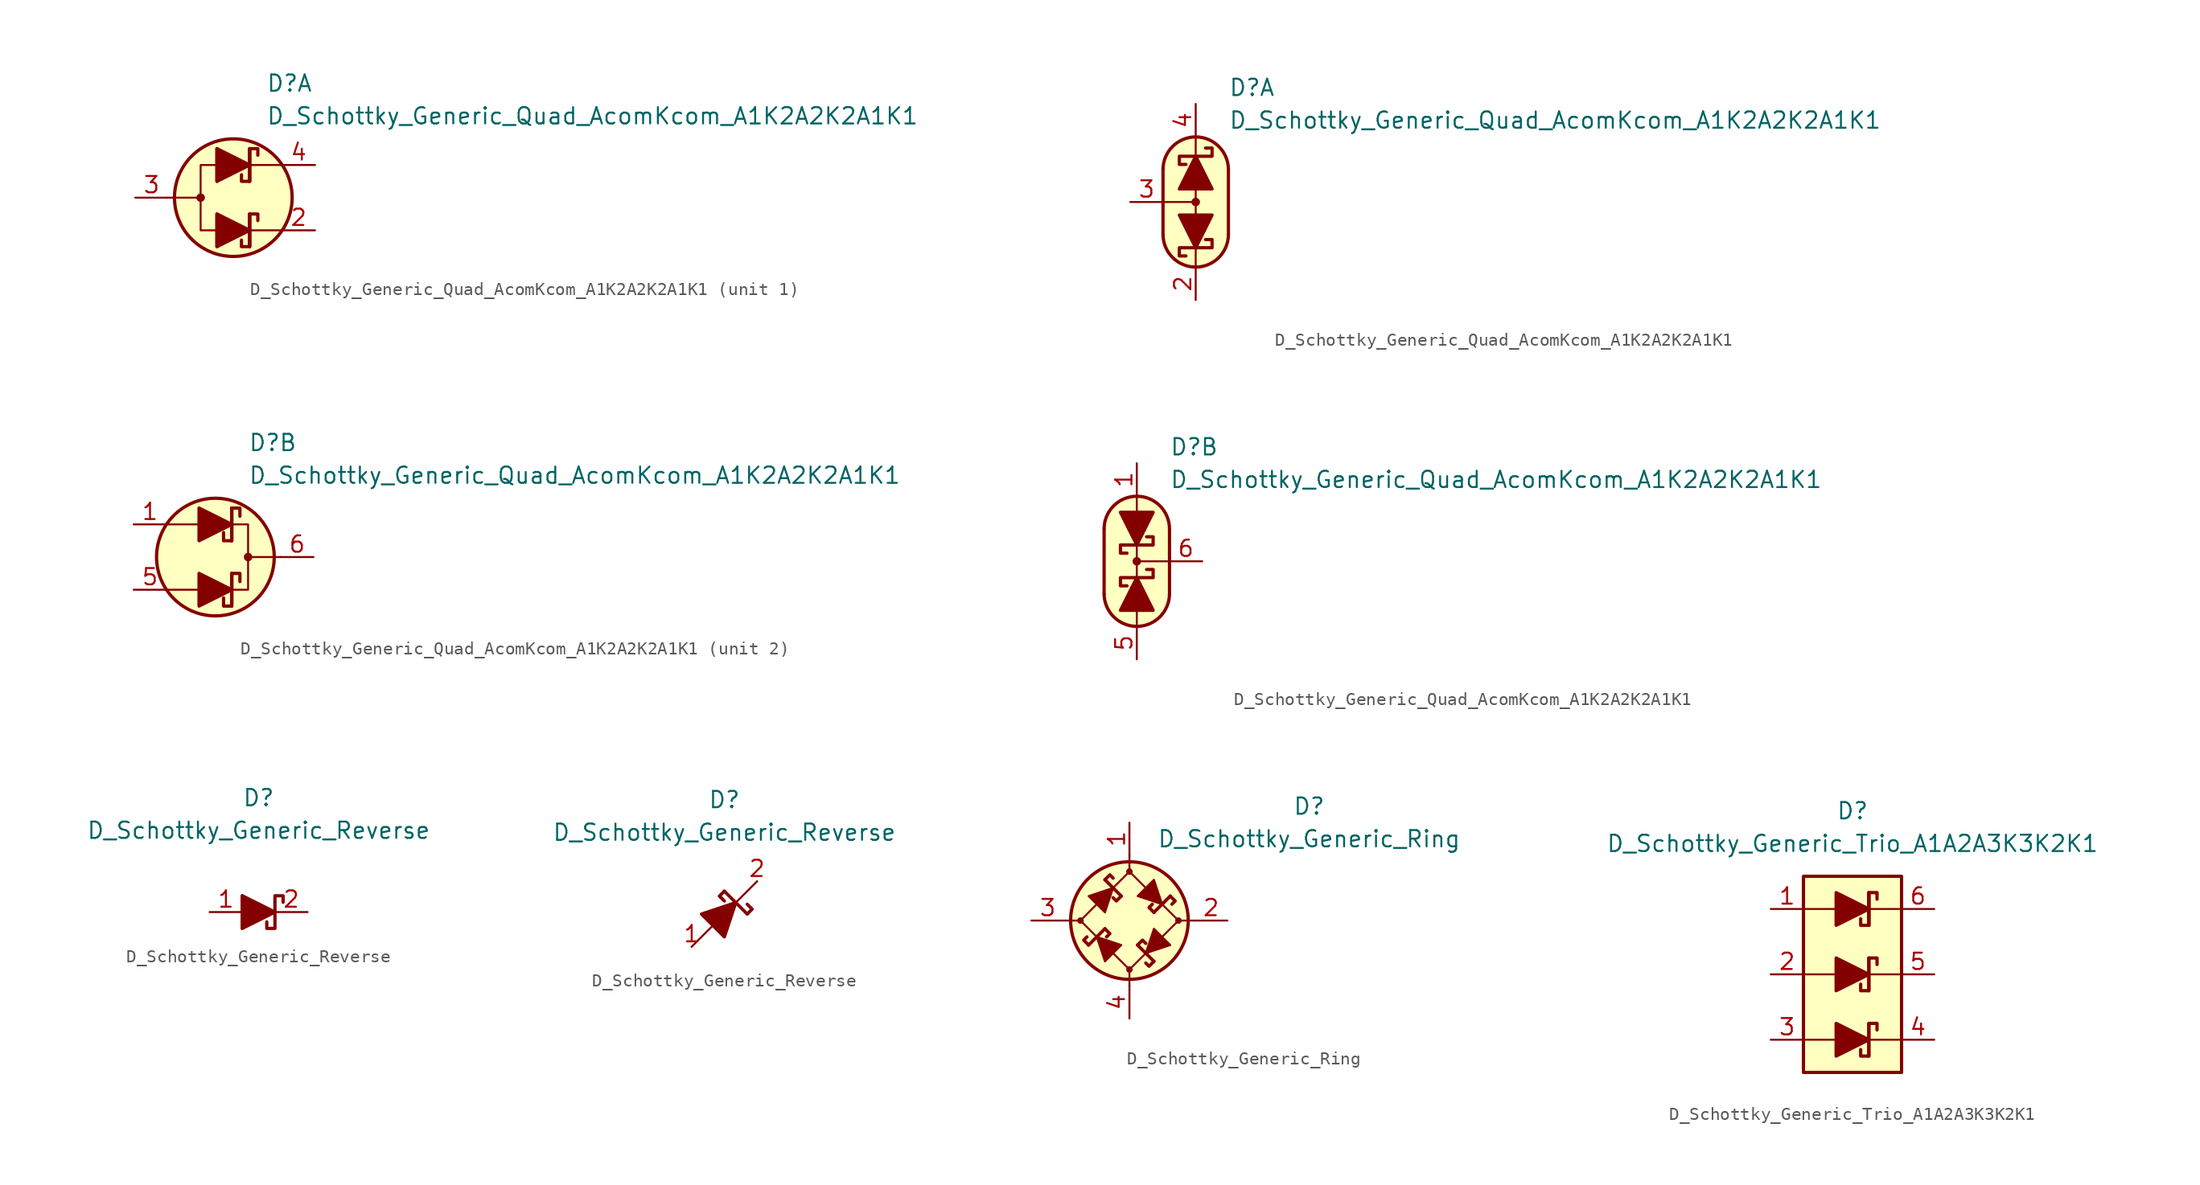
<source format=kicad_sym>
(kicad_symbol_lib
  (version 20231120)
  (generator "kicad_symbol_editor")
  (generator_version "8.0")
  (symbol "D_Schottky_Generic_Quad_AcomKcom_A1K2A2K2A1K1"
    (pin_names
      (offset 1.016) hide)
    (property "Reference" "D"
      (at 2.54 8.89 0)
      (effects (font (size 1.27 1.27)) (justify left)))
    (property "Value" "D_Schottky_Generic_Quad_AcomKcom_A1K2A2K2A1K1"
      (at 2.54 6.35 0)
      (effects (font (size 1.27 1.27)) (justify left)))
    (property "ki_locked" ""
      (at 0 0 0)
      (effects (font (size 1.27 1.27))))
    (symbol "D_Schottky_Generic_Quad_AcomKcom_A1K2A2K2A1K1_1_1"
      (circle (center -2.54 0) (radius 0.254) (stroke (width 0) (type default)) (fill (type outline)))
      (polyline (pts (xy -5.08 0) (xy -2.54 0)) (stroke (width 0) (type default)) (fill (type none)))
      (polyline (pts (xy -1.27 -2.54) (xy 1.27 -2.54)) (stroke (width 0) (type default)) (fill (type none)))
      (polyline (pts (xy -1.27 -1.27) (xy -1.27 -3.81)) (stroke (width 0.254) (type default)) (fill (type none)))
      (polyline (pts (xy -1.27 2.54) (xy 1.27 2.54)) (stroke (width 0) (type default)) (fill (type none)))
      (polyline (pts (xy -1.27 3.81) (xy -1.27 1.27)) (stroke (width 0.254) (type default)) (fill (type none)))
      (polyline (pts (xy 1.27 -2.54) (xy -1.27 -2.54)) (stroke (width 0) (type default)) (fill (type none)))
      (polyline (pts (xy 1.27 -2.54) (xy 3.81 -2.54)) (stroke (width 0) (type default)) (fill (type none)))
      (polyline (pts (xy 1.27 -1.27) (xy 1.27 -3.81)) (stroke (width 0.254) (type default)) (fill (type none)))
      (polyline (pts (xy 1.27 -1.27) (xy 1.27 -3.81)) (stroke (width 0.254) (type default)) (fill (type none)))
      (polyline (pts (xy 1.27 2.54) (xy -1.27 2.54)) (stroke (width 0) (type default)) (fill (type none)))
      (polyline (pts (xy 1.27 2.54) (xy 3.81 2.54)) (stroke (width 0) (type default)) (fill (type none)))
      (polyline (pts (xy 1.27 3.81) (xy 1.27 1.27)) (stroke (width 0.254) (type default)) (fill (type none)))
      (polyline (pts (xy 1.27 3.81) (xy 1.27 1.27)) (stroke (width 0.254) (type default)) (fill (type none)))
      (polyline (pts (xy -1.27 -3.81) (xy -1.27 -1.27) (xy 1.27 -2.54) (xy -1.27 -3.81)) (stroke (width 0.254) (type default)) (fill (type outline)))
      (polyline (pts (xy -1.27 1.27) (xy -1.27 3.81) (xy 1.27 2.54) (xy -1.27 1.27)) (stroke (width 0.254) (type default)) (fill (type outline)))
      (polyline (pts (xy -1.27 2.54) (xy -2.54 2.54) (xy -2.54 -2.54) (xy -1.27 -2.54)) (stroke (width 0) (type default)) (fill (type none)))
      (polyline (pts (xy 1.905 -1.778) (xy 1.905 -1.27) (xy 1.27 -1.27) (xy 1.27 -3.81) (xy 0.635 -3.81) (xy 0.635 -3.302)) (stroke (width 0.254) (type default)) (fill (type none)))
      (polyline (pts (xy 1.905 3.302) (xy 1.905 3.81) (xy 1.27 3.81) (xy 1.27 1.27) (xy 0.635 1.27) (xy 0.635 1.778)) (stroke (width 0.254) (type default)) (fill (type none)))
      (circle (center 0 0) (radius 4.572) (stroke (width 0.254) (type default)) (fill (type background)))
      (pin passive line (at 6.35 -2.54 180) (length 2.54) (name "K2" (effects (font (size 1.27 1.27)))) (number "2" (effects (font (size 1.27 1.27)))))
      (pin passive line (at -7.62 0 0) (length 2.54) (name "A2" (effects (font (size 1.27 1.27)))) (number "3" (effects (font (size 1.27 1.27)))))
      (pin passive line (at 6.35 2.54 180) (length 2.54) (name "K2" (effects (font (size 1.27 1.27)))) (number "4" (effects (font (size 1.27 1.27))))))
    (symbol "D_Schottky_Generic_Quad_AcomKcom_A1K2A2K2A1K1_1_2"
      (arc (start -2.54 -2.54) (mid 0 -5.0576) (end 2.54 -2.54) (stroke (width 0.254) (type default)) (fill (type none)))
      (polyline (pts (xy -2.54 0) (xy 0 0)) (stroke (width 0) (type default)) (fill (type none)))
      (polyline (pts (xy -2.54 2.54) (xy -2.54 -2.54)) (stroke (width 0.254) (type default)) (fill (type none)))
      (polyline (pts (xy 0 -5.08) (xy 0 -3.556)) (stroke (width 0) (type default)) (fill (type none)))
      (polyline (pts (xy 0 1.27) (xy 0 -1.27)) (stroke (width 0) (type default)) (fill (type none)))
      (polyline (pts (xy 0 5.08) (xy 0 3.556)) (stroke (width 0) (type default)) (fill (type none)))
      (polyline (pts (xy 2.54 -2.54) (xy 2.54 2.54)) (stroke (width 0.254) (type default)) (fill (type none)))
      (polyline (pts (xy -1.27 1.016) (xy 1.27 1.016) (xy 0 3.556) (xy -1.27 1.016)) (stroke (width 0.254) (type default)) (fill (type outline)))
      (polyline (pts (xy 1.27 -1.016) (xy -1.27 -1.016) (xy 0 -3.556) (xy 1.27 -1.016)) (stroke (width 0.254) (type default)) (fill (type outline)))
      (polyline (pts (xy 0.762 -2.921) (xy 1.27 -2.921) (xy 1.27 -3.556) (xy -1.27 -3.556) (xy -1.27 -4.191) (xy -0.762 -4.191)) (stroke (width 0.254) (type default)) (fill (type none)))
      (polyline (pts (xy 0.762 4.191) (xy 1.27 4.191) (xy 1.27 3.556) (xy -1.27 3.556) (xy -1.27 2.921) (xy -0.762 2.921)) (stroke (width 0.254) (type default)) (fill (type none)))
      (polyline (pts (xy 0 -5.08) (xy -1.016 -4.826) (xy -1.778 -4.318) (xy -2.286 -3.556) (xy -2.54 -3.048) (xy -2.54 2.794) (xy -2.286 3.556) (xy -1.778 4.318) (xy -1.016 4.826) (xy -0.254 5.08) (xy 0.254 5.08) (xy 1.016 4.826) (xy 1.524 4.572) (xy 2.032 4.064) (xy 2.286 3.556) (xy 2.54 2.794) (xy 2.54 -2.794) (xy 2.286 -3.556) (xy 2.032 -4.064) (xy 1.524 -4.572) (xy 1.016 -4.826) (xy 0 -5.08)) (stroke (width 0.01) (type default)) (fill (type background)))
      (circle (center 0 0) (radius 0.254) (stroke (width 0) (type default)) (fill (type outline)))
      (arc (start 2.54 2.54) (mid 0 5.0576) (end -2.54 2.54) (stroke (width 0.254) (type default)) (fill (type none)))
      (pin passive line (at 0 -7.62 90) (length 2.54) (name "K2" (effects (font (size 1.27 1.27)))) (number "2" (effects (font (size 1.27 1.27)))))
      (pin passive line (at -5.08 0 0) (length 2.54) (name "A2" (effects (font (size 1.27 1.27)))) (number "3" (effects (font (size 1.27 1.27)))))
      (pin passive line (at 0 7.62 270) (length 2.54) (name "K2" (effects (font (size 1.27 1.27)))) (number "4" (effects (font (size 1.27 1.27))))))
    (symbol "D_Schottky_Generic_Quad_AcomKcom_A1K2A2K2A1K1_2_1"
      (polyline (pts (xy -1.27 -2.54) (xy -3.81 -2.54)) (stroke (width 0) (type default)) (fill (type none)))
      (polyline (pts (xy -1.27 -2.54) (xy 1.27 -2.54)) (stroke (width 0) (type default)) (fill (type none)))
      (polyline (pts (xy -1.27 2.54) (xy -3.81 2.54)) (stroke (width 0) (type default)) (fill (type none)))
      (polyline (pts (xy -1.27 2.54) (xy 1.27 2.54)) (stroke (width 0) (type default)) (fill (type none)))
      (polyline (pts (xy 1.27 -3.81) (xy 1.27 -1.27)) (stroke (width 0.254) (type default)) (fill (type none)))
      (polyline (pts (xy 1.27 -3.81) (xy 1.27 -1.27)) (stroke (width 0.254) (type default)) (fill (type none)))
      (polyline (pts (xy 1.27 1.27) (xy 1.27 3.81)) (stroke (width 0.254) (type default)) (fill (type none)))
      (polyline (pts (xy 1.27 1.27) (xy 1.27 3.81)) (stroke (width 0.254) (type default)) (fill (type none)))
      (polyline (pts (xy 5.08 0) (xy 2.54 0)) (stroke (width 0) (type default)) (fill (type none)))
      (polyline (pts (xy -1.27 -3.81) (xy -1.27 -1.27) (xy 1.27 -2.54) (xy -1.27 -3.81)) (stroke (width 0.254) (type default)) (fill (type outline)))
      (polyline (pts (xy -1.27 1.27) (xy -1.27 3.81) (xy 1.27 2.54) (xy -1.27 1.27)) (stroke (width 0.254) (type default)) (fill (type outline)))
      (polyline (pts (xy 1.27 -2.54) (xy 2.54 -2.54) (xy 2.54 2.54) (xy 1.27 2.54)) (stroke (width 0) (type default)) (fill (type none)))
      (polyline (pts (xy 0.635 -3.175) (xy 0.635 -3.81) (xy 1.27 -3.81) (xy 1.27 -1.27) (xy 1.905 -1.27) (xy 1.905 -1.905)) (stroke (width 0.254) (type default)) (fill (type none)))
      (polyline (pts (xy 0.635 1.905) (xy 0.635 1.27) (xy 1.27 1.27) (xy 1.27 3.81) (xy 1.905 3.81) (xy 1.905 3.175)) (stroke (width 0.254) (type default)) (fill (type none)))
      (circle (center 0 0) (radius 4.572) (stroke (width 0.254) (type default)) (fill (type background)))
      (circle (center 2.54 0) (radius 0.254) (stroke (width 0) (type default)) (fill (type outline)))
      (pin passive line (at -6.35 2.54 0) (length 2.54) (name "A1" (effects (font (size 1.27 1.27)))) (number "1" (effects (font (size 1.27 1.27)))))
      (pin passive line (at -6.35 -2.54 0) (length 2.54) (name "A1" (effects (font (size 1.27 1.27)))) (number "5" (effects (font (size 1.27 1.27)))))
      (pin passive line (at 7.62 0 180) (length 2.54) (name "K1" (effects (font (size 1.27 1.27)))) (number "6" (effects (font (size 1.27 1.27))))))
    (symbol "D_Schottky_Generic_Quad_AcomKcom_A1K2A2K2A1K1_2_2"
      (arc (start -2.54 -2.54) (mid 0 -5.0576) (end 2.54 -2.54) (stroke (width 0.254) (type default)) (fill (type none)))
      (polyline (pts (xy -2.54 2.54) (xy -2.54 -2.54)) (stroke (width 0.254) (type default)) (fill (type none)))
      (polyline (pts (xy 0 -5.08) (xy 0 -3.556)) (stroke (width 0) (type default)) (fill (type none)))
      (polyline (pts (xy 0 0) (xy 2.54 0)) (stroke (width 0) (type default)) (fill (type none)))
      (polyline (pts (xy 0 1.27) (xy 0 -1.27)) (stroke (width 0) (type default)) (fill (type none)))
      (polyline (pts (xy 0 5.08) (xy 0 3.556)) (stroke (width 0) (type default)) (fill (type none)))
      (polyline (pts (xy 2.54 -2.54) (xy 2.54 2.54)) (stroke (width 0.254) (type default)) (fill (type none)))
      (polyline (pts (xy -1.27 -3.81) (xy 1.27 -3.81) (xy 0 -1.27) (xy -1.27 -3.81)) (stroke (width 0.254) (type default)) (fill (type outline)))
      (polyline (pts (xy 1.27 3.81) (xy -1.27 3.81) (xy 0 1.27) (xy 1.27 3.81)) (stroke (width 0.254) (type default)) (fill (type outline)))
      (polyline (pts (xy -0.762 -1.905) (xy -1.27 -1.905) (xy -1.27 -1.27) (xy 1.27 -1.27) (xy 1.27 -0.635) (xy 0.762 -0.635)) (stroke (width 0.254) (type default)) (fill (type none)))
      (polyline (pts (xy -0.762 0.635) (xy -1.27 0.635) (xy -1.27 1.27) (xy 1.27 1.27) (xy 1.27 1.905) (xy 0.762 1.905)) (stroke (width 0.254) (type default)) (fill (type none)))
      (polyline (pts (xy 0 -5.08) (xy -1.016 -4.826) (xy -1.778 -4.318) (xy -2.286 -3.556) (xy -2.54 -3.048) (xy -2.54 2.794) (xy -2.286 3.556) (xy -1.778 4.318) (xy -1.016 4.826) (xy -0.254 5.08) (xy 0.254 5.08) (xy 1.016 4.826) (xy 1.524 4.572) (xy 2.032 4.064) (xy 2.286 3.556) (xy 2.54 2.794) (xy 2.54 -2.794) (xy 2.286 -3.556) (xy 2.032 -4.064) (xy 1.524 -4.572) (xy 1.016 -4.826) (xy 0 -5.08)) (stroke (width 0.01) (type default)) (fill (type background)))
      (circle (center 0 0) (radius 0.254) (stroke (width 0) (type default)) (fill (type outline)))
      (arc (start 2.54 2.54) (mid 0 5.0576) (end -2.54 2.54) (stroke (width 0.254) (type default)) (fill (type none)))
      (pin passive line (at 0 7.62 270) (length 2.54) (name "A1" (effects (font (size 1.27 1.27)))) (number "1" (effects (font (size 1.27 1.27)))))
      (pin passive line (at 0 -7.62 90) (length 2.54) (name "A1" (effects (font (size 1.27 1.27)))) (number "5" (effects (font (size 1.27 1.27)))))
      (pin passive line (at 5.08 0 180) (length 2.54) (name "K1" (effects (font (size 1.27 1.27)))) (number "6" (effects (font (size 1.27 1.27)))))))
  (symbol "D_Schottky_Generic_Reverse"
    (pin_names
      (offset 1.016) hide)
    (property "Reference" "D"
      (at 0 8.89 0)
      (effects (font (size 1.27 1.27))))
    (property "Value" "D_Schottky_Generic_Reverse"
      (at 0 6.35 0)
      (effects (font (size 1.27 1.27))))
    (symbol "D_Schottky_Generic_Reverse_0_1"
      (polyline (pts (xy -1.27 0) (xy 1.27 0)) (stroke (width 0) (type default)) (fill (type none)))
      (polyline (pts (xy -1.27 1.27) (xy -1.27 -1.27)) (stroke (width 0.254) (type default)) (fill (type none)))
      (polyline (pts (xy -1.27 -1.27) (xy -1.27 1.27) (xy 1.27 0) (xy -1.27 -1.27)) (stroke (width 0.254) (type default)) (fill (type outline))))
    (symbol "D_Schottky_Generic_Reverse_0_2"
      (polyline (pts (xy -2.54 -2.54) (xy 2.54 2.54)) (stroke (width 0) (type default)) (fill (type none)))
      (polyline (pts (xy 0 1.778) (xy 1.778 0)) (stroke (width 0.254) (type default)) (fill (type none)))
      (polyline (pts (xy 0 1.778) (xy -0.381 1.397) (xy 0 1.016)) (stroke (width 0.254) (type default)) (fill (type none)))
      (polyline (pts (xy 1.778 0) (xy 2.159 0.381) (xy 1.778 0.762)) (stroke (width 0.254) (type default)) (fill (type none)))
      (polyline (pts (xy -0.889 -0.889) (xy -1.778 0) (xy 0.889 0.889) (xy 0 -1.778) (xy -0.889 -0.889)) (stroke (width 0.254) (type default)) (fill (type outline))))
    (symbol "D_Schottky_Generic_Reverse_1_1"
      (polyline (pts (xy 1.905 0.762) (xy 1.905 1.27) (xy 1.27 1.27) (xy 1.27 -1.27) (xy 0.635 -1.27) (xy 0.635 -0.762)) (stroke (width 0.254) (type default)) (fill (type none)))
      (pin passive line (at -3.81 0 0) (length 2.54) (name "A" (effects (font (size 1.27 1.27)))) (number "1" (effects (font (size 1.27 1.27)))))
      (pin passive line (at 3.81 0 180) (length 2.54) (name "K" (effects (font (size 1.27 1.27)))) (number "2" (effects (font (size 1.27 1.27))))))
    (symbol "D_Schottky_Generic_Reverse_1_2"
      (pin passive line (at -2.54 -2.54 0) (length 0) (name "A" (effects (font (size 1.27 1.27)))) (number "1" (effects (font (size 1.27 1.27)))))
      (pin passive line (at 2.54 2.54 180) (length 0) (name "K" (effects (font (size 1.27 1.27)))) (number "2" (effects (font (size 1.27 1.27)))))))
  (symbol "D_Schottky_Generic_Ring"
    (pin_names
      (offset 1.016) hide)
    (property "Reference" "D"
      (at 13.97 8.89 0)
      (effects (font (size 1.27 1.27))))
    (property "Value" "D_Schottky_Generic_Ring"
      (at 13.97 6.35 0)
      (effects (font (size 1.27 1.27))))
    (symbol "D_Schottky_Generic_Ring_0_1"
      (circle (center -3.81 0) (radius 0.178) (stroke (width 0) (type default)) (fill (type outline)))
      (polyline (pts (xy -5.08 0) (xy -3.81 0)) (stroke (width 0) (type default)) (fill (type none)))
      (polyline (pts (xy -1.905 -0.635) (xy -3.175 -1.905)) (stroke (width 0.254) (type default)) (fill (type none)))
      (polyline (pts (xy -1.905 3.175) (xy -0.635 1.905)) (stroke (width 0.254) (type default)) (fill (type none)))
      (polyline (pts (xy 0 -5.08) (xy 0 -3.81)) (stroke (width 0) (type default)) (fill (type none)))
      (polyline (pts (xy 0 5.08) (xy 0 3.81)) (stroke (width 0) (type default)) (fill (type none)))
      (polyline (pts (xy 0.635 -1.905) (xy 1.905 -3.175)) (stroke (width 0.254) (type default)) (fill (type none)))
      (polyline (pts (xy 3.175 1.905) (xy 1.905 0.635)) (stroke (width 0.254) (type default)) (fill (type none)))
      (polyline (pts (xy 5.08 0) (xy 3.81 0)) (stroke (width 0) (type default)) (fill (type none)))
      (polyline (pts (xy -2.54 -1.27) (xy -1.905 -3.175) (xy -0.635 -1.905) (xy -2.54 -1.27)) (stroke (width 0) (type default)) (fill (type outline)))
      (polyline (pts (xy -1.27 2.54) (xy -1.905 0.635) (xy -3.175 1.905) (xy -1.27 2.54)) (stroke (width 0) (type default)) (fill (type outline)))
      (polyline (pts (xy 1.27 -2.54) (xy 3.175 -1.905) (xy 1.905 -0.635) (xy 1.27 -2.54)) (stroke (width 0) (type default)) (fill (type outline)))
      (polyline (pts (xy 2.54 1.27) (xy 0.635 1.905) (xy 1.905 3.175) (xy 2.54 1.27)) (stroke (width 0) (type default)) (fill (type outline)))
      (polyline (pts (xy 0 3.81) (xy -3.81 0) (xy 0 -3.81) (xy 3.81 0) (xy 0 3.81)) (stroke (width 0) (type default)) (fill (type none)))
      (circle (center 0 0) (radius 4.572) (stroke (width 0.254) (type default)) (fill (type background))))
    (symbol "D_Schottky_Generic_Ring_1_1"
      (circle (center 0 -3.81) (radius 0.178) (stroke (width 0) (type default)) (fill (type outline)))
      (polyline (pts (xy -3.175 -1.905) (xy -3.556 -1.524) (xy -3.302 -1.27)) (stroke (width 0.254) (type default)) (fill (type none)))
      (polyline (pts (xy -1.905 -0.635) (xy -1.524 -1.016) (xy -1.778 -1.27)) (stroke (width 0.254) (type default)) (fill (type none)))
      (polyline (pts (xy -1.905 3.175) (xy -1.524 3.556) (xy -1.27 3.302)) (stroke (width 0.254) (type default)) (fill (type none)))
      (polyline (pts (xy -0.635 1.905) (xy -1.016 1.524) (xy -1.27 1.778)) (stroke (width 0.254) (type default)) (fill (type none)))
      (polyline (pts (xy 0.635 -1.905) (xy 1.016 -1.524) (xy 1.27 -1.778)) (stroke (width 0.254) (type default)) (fill (type none)))
      (polyline (pts (xy 1.905 -3.175) (xy 1.524 -3.556) (xy 1.27 -3.302)) (stroke (width 0.254) (type default)) (fill (type none)))
      (polyline (pts (xy 1.905 0.635) (xy 1.524 1.016) (xy 1.778 1.27)) (stroke (width 0.254) (type default)) (fill (type none)))
      (polyline (pts (xy 3.175 1.905) (xy 3.556 1.524) (xy 3.302 1.27)) (stroke (width 0.254) (type default)) (fill (type none)))
      (circle (center 0 3.81) (radius 0.178) (stroke (width 0) (type default)) (fill (type outline)))
      (circle (center 3.81 0) (radius 0.178) (stroke (width 0) (type default)) (fill (type outline)))
      (pin passive line (at 0 7.62 270) (length 2.54) (name "1" (effects (font (size 1.27 1.27)))) (number "1" (effects (font (size 1.27 1.27)))))
      (pin passive line (at 7.62 0 180) (length 2.54) (name "2" (effects (font (size 1.27 1.27)))) (number "2" (effects (font (size 1.27 1.27)))))
      (pin passive line (at -7.62 0 0) (length 2.54) (name "3" (effects (font (size 1.27 1.27)))) (number "3" (effects (font (size 1.27 1.27)))))
      (pin passive line (at 0 -7.62 90) (length 2.54) (name "4" (effects (font (size 1.27 1.27)))) (number "4" (effects (font (size 1.27 1.27)))))))
  (symbol "D_Schottky_Generic_Trio_A1A2A3K3K2K1"
    (pin_names
      (offset 1.016) hide)
    (property "Reference" "D"
      (at 0 12.7 0)
      (effects (font (size 1.27 1.27))))
    (property "Value" "D_Schottky_Generic_Trio_A1A2A3K3K2K1"
      (at 0 10.16 0)
      (effects (font (size 1.27 1.27))))
    (symbol "D_Schottky_Generic_Trio_A1A2A3K3K2K1_0_1"
      (rectangle (start -3.81 7.62) (end 3.81 -7.62) (stroke (width 0.254) (type default)) (fill (type background)))
      (polyline (pts (xy -3.81 -5.08) (xy -1.27 -5.08)) (stroke (width 0) (type default)) (fill (type none)))
      (polyline (pts (xy -3.81 0) (xy -1.27 0)) (stroke (width 0) (type default)) (fill (type none)))
      (polyline (pts (xy -3.81 5.08) (xy -1.27 5.08)) (stroke (width 0) (type default)) (fill (type none)))
      (polyline (pts (xy 1.27 -5.08) (xy 3.81 -5.08)) (stroke (width 0) (type default)) (fill (type none)))
      (polyline (pts (xy 1.27 0) (xy 3.81 0)) (stroke (width 0) (type default)) (fill (type none)))
      (polyline (pts (xy 1.27 3.81) (xy 1.27 6.35)) (stroke (width 0.254) (type default)) (fill (type none)))
      (polyline (pts (xy 1.27 5.08) (xy 3.81 5.08)) (stroke (width 0) (type default)) (fill (type none))))
    (symbol "D_Schottky_Generic_Trio_A1A2A3K3K2K1_1_1"
      (polyline (pts (xy -1.27 -5.08) (xy 1.27 -5.08)) (stroke (width 0) (type default)) (fill (type none)))
      (polyline (pts (xy -1.27 0) (xy 1.27 0)) (stroke (width 0) (type default)) (fill (type none)))
      (polyline (pts (xy -1.27 5.08) (xy 1.27 5.08)) (stroke (width 0) (type default)) (fill (type none)))
      (polyline (pts (xy 1.27 -3.81) (xy 1.27 -6.35)) (stroke (width 0.254) (type default)) (fill (type none)))
      (polyline (pts (xy 1.27 1.27) (xy 1.27 -1.27)) (stroke (width 0.254) (type default)) (fill (type none)))
      (polyline (pts (xy 1.27 6.35) (xy 1.27 3.81)) (stroke (width 0.254) (type default)) (fill (type none)))
      (polyline (pts (xy -1.27 -6.35) (xy -1.27 -3.81) (xy 1.27 -5.08) (xy -1.27 -6.35)) (stroke (width 0.254) (type default)) (fill (type outline)))
      (polyline (pts (xy -1.27 -1.27) (xy -1.27 1.27) (xy 1.27 0) (xy -1.27 -1.27)) (stroke (width 0.254) (type default)) (fill (type outline)))
      (polyline (pts (xy -1.27 3.81) (xy -1.27 6.35) (xy 1.27 5.08) (xy -1.27 3.81)) (stroke (width 0.254) (type default)) (fill (type outline)))
      (polyline (pts (xy 1.905 -4.318) (xy 1.905 -3.81) (xy 1.27 -3.81) (xy 1.27 -6.35) (xy 0.635 -6.35) (xy 0.635 -5.842)) (stroke (width 0.254) (type default)) (fill (type none)))
      (polyline (pts (xy 1.905 0.762) (xy 1.905 1.27) (xy 1.27 1.27) (xy 1.27 -1.27) (xy 0.635 -1.27) (xy 0.635 -0.762)) (stroke (width 0.254) (type default)) (fill (type none)))
      (polyline (pts (xy 1.905 5.842) (xy 1.905 6.35) (xy 1.27 6.35) (xy 1.27 3.81) (xy 0.635 3.81) (xy 0.635 4.318)) (stroke (width 0.254) (type default)) (fill (type none)))
      (pin passive line (at -6.35 5.08 0) (length 2.54) (name "A1" (effects (font (size 1.27 1.27)))) (number "1" (effects (font (size 1.27 1.27)))))
      (pin passive line (at -6.35 0 0) (length 2.54) (name "A2" (effects (font (size 1.27 1.27)))) (number "2" (effects (font (size 1.27 1.27)))))
      (pin passive line (at -6.35 -5.08 0) (length 2.54) (name "A3" (effects (font (size 1.27 1.27)))) (number "3" (effects (font (size 1.27 1.27)))))
      (pin passive line (at 6.35 -5.08 180) (length 2.54) (name "K3" (effects (font (size 1.27 1.27)))) (number "4" (effects (font (size 1.27 1.27)))))
      (pin passive line (at 6.35 0 180) (length 2.54) (name "K2" (effects (font (size 1.27 1.27)))) (number "5" (effects (font (size 1.27 1.27)))))
      (pin passive line (at 6.35 5.08 180) (length 2.54) (name "K1" (effects (font (size 1.27 1.27)))) (number "6" (effects (font (size 1.27 1.27))))))))
</source>
